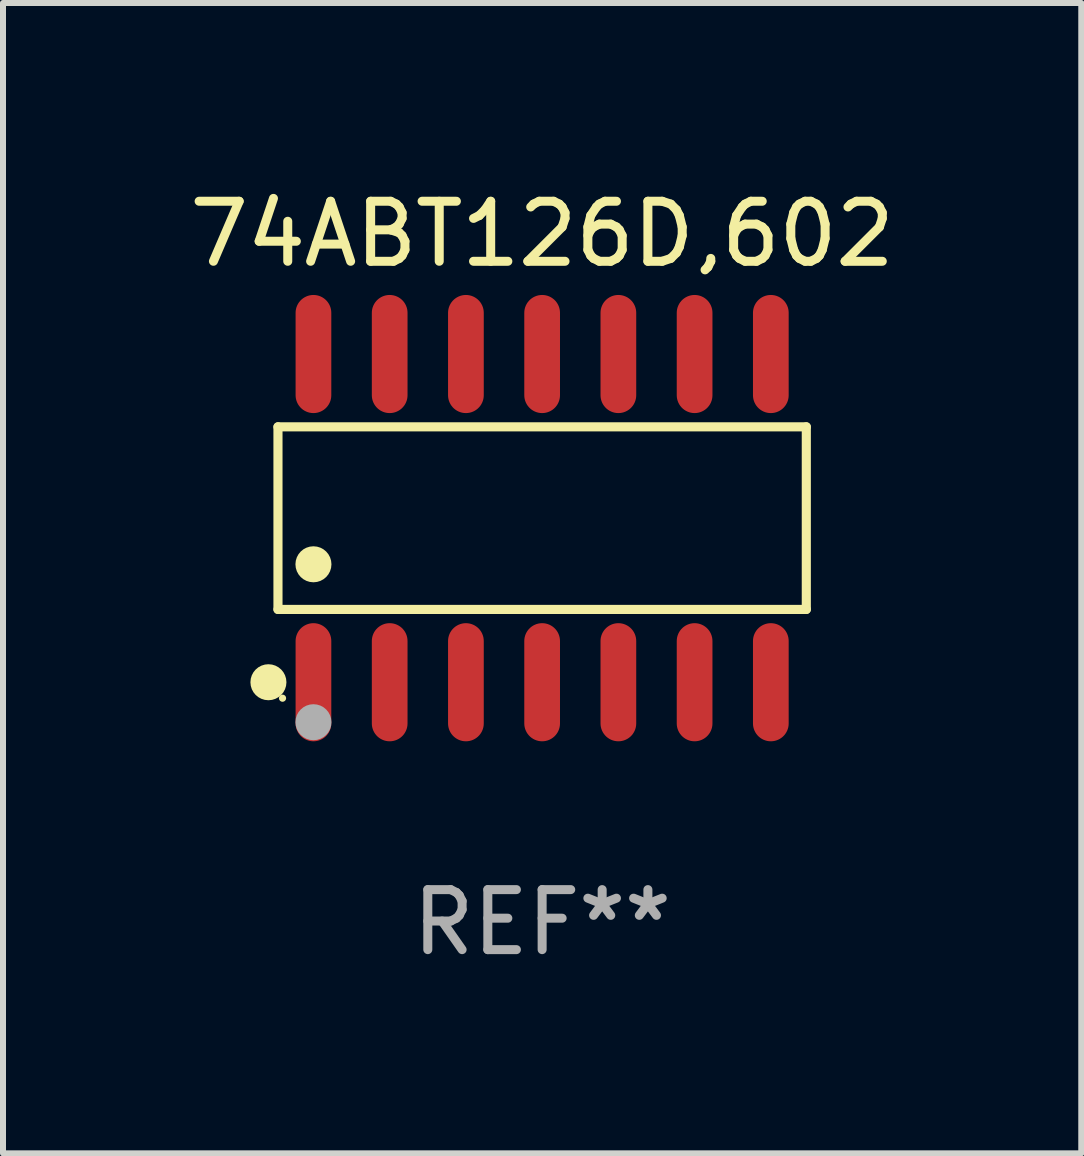
<source format=kicad_pcb>
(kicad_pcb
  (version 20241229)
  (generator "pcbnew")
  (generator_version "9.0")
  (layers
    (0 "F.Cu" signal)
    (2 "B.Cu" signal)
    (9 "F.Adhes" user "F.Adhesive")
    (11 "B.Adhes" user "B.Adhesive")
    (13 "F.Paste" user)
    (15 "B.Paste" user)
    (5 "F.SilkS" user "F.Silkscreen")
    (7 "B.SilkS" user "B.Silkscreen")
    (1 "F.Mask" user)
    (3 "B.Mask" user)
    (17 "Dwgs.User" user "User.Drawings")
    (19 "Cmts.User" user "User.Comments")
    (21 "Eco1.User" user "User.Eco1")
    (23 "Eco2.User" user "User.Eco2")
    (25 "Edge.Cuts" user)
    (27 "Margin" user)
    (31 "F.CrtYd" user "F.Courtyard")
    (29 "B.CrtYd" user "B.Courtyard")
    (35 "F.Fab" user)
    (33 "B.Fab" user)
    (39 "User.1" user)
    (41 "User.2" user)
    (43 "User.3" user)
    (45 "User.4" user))
  (footprint "74ABT126D,602"
    (layer "F.Cu")
    (at 5.982 5.582)
    (property "Reference" "74ABT126D,602" (at 0 -4.734 0) (layer "F.SilkS") (effects (font (size 1 1) (thickness 0.15))))
    (attr through_hole)
    (fp_line (start -4.401 -1.521) (end 4.401 -1.521) (stroke (width 0.152) (type solid)) (layer "F.SilkS"))
    (fp_line (start -4.401 1.521) (end -4.401 -1.521) (stroke (width 0.152) (type solid)) (layer "F.SilkS"))
    (fp_line (start 4.401 -1.521) (end 4.401 1.521) (stroke (width 0.152) (type solid)) (layer "F.SilkS"))
    (fp_line (start 4.401 1.521) (end -4.401 1.521) (stroke (width 0.152) (type solid)) (layer "F.SilkS"))
    (fp_circle (center -4.56 2.734) (end -4.41 2.734) (stroke (width 0.3) (type solid)) (fill no) (layer "F.SilkS"))
    (fp_circle (center -4.325 3) (end -4.295 3) (stroke (width 0.06) (type solid)) (fill no) (layer "F.SilkS"))
    (fp_circle (center -3.81 0.769) (end -3.66 0.769) (stroke (width 0.3) (type solid)) (fill no) (layer "F.SilkS"))
    (fp_circle (center -3.81 3.4) (end -3.66 3.4) (stroke (width 0.3) (type solid)) (fill no) (layer "F.Fab"))
    (fp_text user "REF**" (at 0 6.734 0) (layer "F.Fab") (effects (font (size 1 1) (thickness 0.15))))
    (pad "1" smd oval (at -3.81 2.734) (size 0.595 1.968) (layers "F.Cu" "F.Mask" "F.Paste"))
    (pad "2" smd oval (at -2.54 2.734) (size 0.595 1.968) (layers "F.Cu" "F.Mask" "F.Paste"))
    (pad "3" smd oval (at -1.27 2.734) (size 0.595 1.968) (layers "F.Cu" "F.Mask" "F.Paste"))
    (pad "4" smd oval (at 0 2.734) (size 0.595 1.968) (layers "F.Cu" "F.Mask" "F.Paste"))
    (pad "5" smd oval (at 1.27 2.734) (size 0.595 1.968) (layers "F.Cu" "F.Mask" "F.Paste"))
    (pad "6" smd oval (at 2.54 2.734) (size 0.595 1.968) (layers "F.Cu" "F.Mask" "F.Paste"))
    (pad "7" smd oval (at 3.81 2.734) (size 0.595 1.968) (layers "F.Cu" "F.Mask" "F.Paste"))
    (pad "8" smd oval (at 3.81 -2.734) (size 0.595 1.968) (layers "F.Cu" "F.Mask" "F.Paste"))
    (pad "9" smd oval (at 2.54 -2.734) (size 0.595 1.968) (layers "F.Cu" "F.Mask" "F.Paste"))
    (pad "10" smd oval (at 1.27 -2.734) (size 0.595 1.968) (layers "F.Cu" "F.Mask" "F.Paste"))
    (pad "11" smd oval (at 0 -2.734) (size 0.595 1.968) (layers "F.Cu" "F.Mask" "F.Paste"))
    (pad "12" smd oval (at -1.27 -2.734) (size 0.595 1.968) (layers "F.Cu" "F.Mask" "F.Paste"))
    (pad "13" smd oval (at -2.54 -2.734) (size 0.595 1.968) (layers "F.Cu" "F.Mask" "F.Paste"))
    (pad "14" smd oval (at -3.81 -2.734) (size 0.595 1.968) (layers "F.Cu" "F.Mask" "F.Paste")))
  (gr_rect
    (start -3 -3)
    (end 14.964 16.164)
    (stroke (width 0.1) (type default))
    (fill no)
    (layer "Edge.Cuts")))
</source>
